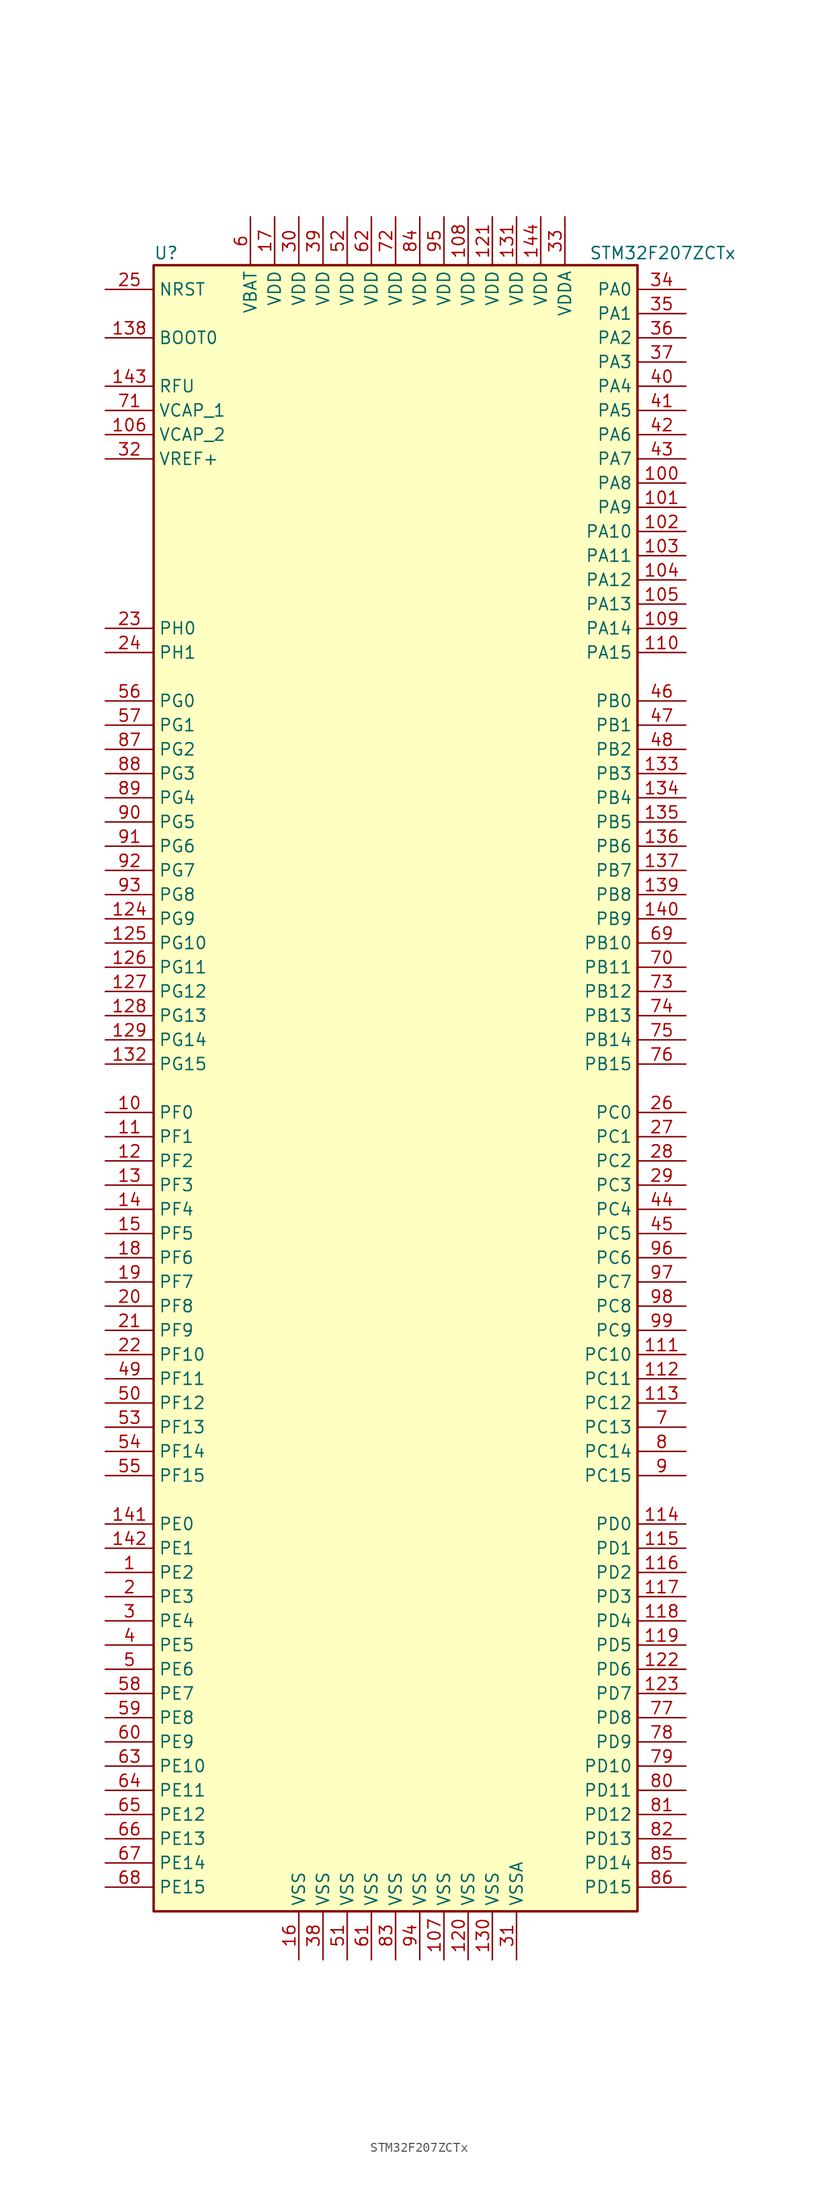
<source format=kicad_sym>
(kicad_symbol_lib
  (version 20201005)
  (generator kicad_symbol_editor)
  (symbol "MCU_ST_STM32F2:STM32F207ZCTx"
    (property "Reference" "U"
      (at -25.4 87.63 0)
      (effects (font (size 1.27 1.27)) (justify left)))
    (property "Value" "STM32F207ZCTx"
      (at 20.32 87.63 0)
      (effects (font (size 1.27 1.27)) (justify left)))
    (symbol "STM32F207ZCTx_0_1"
      (rectangle (start -25.4 -86.36) (end 25.4 86.36) (stroke (width 0.254)) (fill (type background))))
    (symbol "STM32F207ZCTx_1_1"
      (pin input line (at -30.48 78.74 0) (length 5.08) (name "BOOT0" (effects (font (size 1.27 1.27)))) (number "138" (effects (font (size 1.27 1.27)))))
      (pin input line (at -30.48 83.82 0) (length 5.08) (name "NRST" (effects (font (size 1.27 1.27)))) (number "25" (effects (font (size 1.27 1.27)))))
      (pin bidirectional line (at 30.48 83.82 180) (length 5.08) (name "PA0" (effects (font (size 1.27 1.27)))) (number "34" (effects (font (size 1.27 1.27)))))
      (pin bidirectional line (at 30.48 81.28 180) (length 5.08) (name "PA1" (effects (font (size 1.27 1.27)))) (number "35" (effects (font (size 1.27 1.27)))))
      (pin bidirectional line (at 30.48 58.42 180) (length 5.08) (name "PA10" (effects (font (size 1.27 1.27)))) (number "102" (effects (font (size 1.27 1.27)))))
      (pin bidirectional line (at 30.48 55.88 180) (length 5.08) (name "PA11" (effects (font (size 1.27 1.27)))) (number "103" (effects (font (size 1.27 1.27)))))
      (pin bidirectional line (at 30.48 53.34 180) (length 5.08) (name "PA12" (effects (font (size 1.27 1.27)))) (number "104" (effects (font (size 1.27 1.27)))))
      (pin bidirectional line (at 30.48 50.8 180) (length 5.08) (name "PA13" (effects (font (size 1.27 1.27)))) (number "105" (effects (font (size 1.27 1.27)))))
      (pin bidirectional line (at 30.48 48.26 180) (length 5.08) (name "PA14" (effects (font (size 1.27 1.27)))) (number "109" (effects (font (size 1.27 1.27)))))
      (pin bidirectional line (at 30.48 45.72 180) (length 5.08) (name "PA15" (effects (font (size 1.27 1.27)))) (number "110" (effects (font (size 1.27 1.27)))))
      (pin bidirectional line (at 30.48 78.74 180) (length 5.08) (name "PA2" (effects (font (size 1.27 1.27)))) (number "36" (effects (font (size 1.27 1.27)))))
      (pin bidirectional line (at 30.48 76.2 180) (length 5.08) (name "PA3" (effects (font (size 1.27 1.27)))) (number "37" (effects (font (size 1.27 1.27)))))
      (pin bidirectional line (at 30.48 73.66 180) (length 5.08) (name "PA4" (effects (font (size 1.27 1.27)))) (number "40" (effects (font (size 1.27 1.27)))))
      (pin bidirectional line (at 30.48 71.12 180) (length 5.08) (name "PA5" (effects (font (size 1.27 1.27)))) (number "41" (effects (font (size 1.27 1.27)))))
      (pin bidirectional line (at 30.48 68.58 180) (length 5.08) (name "PA6" (effects (font (size 1.27 1.27)))) (number "42" (effects (font (size 1.27 1.27)))))
      (pin bidirectional line (at 30.48 66.04 180) (length 5.08) (name "PA7" (effects (font (size 1.27 1.27)))) (number "43" (effects (font (size 1.27 1.27)))))
      (pin bidirectional line (at 30.48 63.5 180) (length 5.08) (name "PA8" (effects (font (size 1.27 1.27)))) (number "100" (effects (font (size 1.27 1.27)))))
      (pin bidirectional line (at 30.48 60.96 180) (length 5.08) (name "PA9" (effects (font (size 1.27 1.27)))) (number "101" (effects (font (size 1.27 1.27)))))
      (pin bidirectional line (at 30.48 40.64 180) (length 5.08) (name "PB0" (effects (font (size 1.27 1.27)))) (number "46" (effects (font (size 1.27 1.27)))))
      (pin bidirectional line (at 30.48 38.1 180) (length 5.08) (name "PB1" (effects (font (size 1.27 1.27)))) (number "47" (effects (font (size 1.27 1.27)))))
      (pin bidirectional line (at 30.48 15.24 180) (length 5.08) (name "PB10" (effects (font (size 1.27 1.27)))) (number "69" (effects (font (size 1.27 1.27)))))
      (pin bidirectional line (at 30.48 12.7 180) (length 5.08) (name "PB11" (effects (font (size 1.27 1.27)))) (number "70" (effects (font (size 1.27 1.27)))))
      (pin bidirectional line (at 30.48 10.16 180) (length 5.08) (name "PB12" (effects (font (size 1.27 1.27)))) (number "73" (effects (font (size 1.27 1.27)))))
      (pin bidirectional line (at 30.48 7.62 180) (length 5.08) (name "PB13" (effects (font (size 1.27 1.27)))) (number "74" (effects (font (size 1.27 1.27)))))
      (pin bidirectional line (at 30.48 5.08 180) (length 5.08) (name "PB14" (effects (font (size 1.27 1.27)))) (number "75" (effects (font (size 1.27 1.27)))))
      (pin bidirectional line (at 30.48 2.54 180) (length 5.08) (name "PB15" (effects (font (size 1.27 1.27)))) (number "76" (effects (font (size 1.27 1.27)))))
      (pin bidirectional line (at 30.48 35.56 180) (length 5.08) (name "PB2" (effects (font (size 1.27 1.27)))) (number "48" (effects (font (size 1.27 1.27)))))
      (pin bidirectional line (at 30.48 33.02 180) (length 5.08) (name "PB3" (effects (font (size 1.27 1.27)))) (number "133" (effects (font (size 1.27 1.27)))))
      (pin bidirectional line (at 30.48 30.48 180) (length 5.08) (name "PB4" (effects (font (size 1.27 1.27)))) (number "134" (effects (font (size 1.27 1.27)))))
      (pin bidirectional line (at 30.48 27.94 180) (length 5.08) (name "PB5" (effects (font (size 1.27 1.27)))) (number "135" (effects (font (size 1.27 1.27)))))
      (pin bidirectional line (at 30.48 25.4 180) (length 5.08) (name "PB6" (effects (font (size 1.27 1.27)))) (number "136" (effects (font (size 1.27 1.27)))))
      (pin bidirectional line (at 30.48 22.86 180) (length 5.08) (name "PB7" (effects (font (size 1.27 1.27)))) (number "137" (effects (font (size 1.27 1.27)))))
      (pin bidirectional line (at 30.48 20.32 180) (length 5.08) (name "PB8" (effects (font (size 1.27 1.27)))) (number "139" (effects (font (size 1.27 1.27)))))
      (pin bidirectional line (at 30.48 17.78 180) (length 5.08) (name "PB9" (effects (font (size 1.27 1.27)))) (number "140" (effects (font (size 1.27 1.27)))))
      (pin bidirectional line (at 30.48 -2.54 180) (length 5.08) (name "PC0" (effects (font (size 1.27 1.27)))) (number "26" (effects (font (size 1.27 1.27)))))
      (pin bidirectional line (at 30.48 -5.08 180) (length 5.08) (name "PC1" (effects (font (size 1.27 1.27)))) (number "27" (effects (font (size 1.27 1.27)))))
      (pin bidirectional line (at 30.48 -27.94 180) (length 5.08) (name "PC10" (effects (font (size 1.27 1.27)))) (number "111" (effects (font (size 1.27 1.27)))))
      (pin bidirectional line (at 30.48 -30.48 180) (length 5.08) (name "PC11" (effects (font (size 1.27 1.27)))) (number "112" (effects (font (size 1.27 1.27)))))
      (pin bidirectional line (at 30.48 -33.02 180) (length 5.08) (name "PC12" (effects (font (size 1.27 1.27)))) (number "113" (effects (font (size 1.27 1.27)))))
      (pin bidirectional line (at 30.48 -35.56 180) (length 5.08) (name "PC13" (effects (font (size 1.27 1.27)))) (number "7" (effects (font (size 1.27 1.27)))))
      (pin bidirectional line (at 30.48 -38.1 180) (length 5.08) (name "PC14" (effects (font (size 1.27 1.27)))) (number "8" (effects (font (size 1.27 1.27)))))
      (pin bidirectional line (at 30.48 -40.64 180) (length 5.08) (name "PC15" (effects (font (size 1.27 1.27)))) (number "9" (effects (font (size 1.27 1.27)))))
      (pin bidirectional line (at 30.48 -7.62 180) (length 5.08) (name "PC2" (effects (font (size 1.27 1.27)))) (number "28" (effects (font (size 1.27 1.27)))))
      (pin bidirectional line (at 30.48 -10.16 180) (length 5.08) (name "PC3" (effects (font (size 1.27 1.27)))) (number "29" (effects (font (size 1.27 1.27)))))
      (pin bidirectional line (at 30.48 -12.7 180) (length 5.08) (name "PC4" (effects (font (size 1.27 1.27)))) (number "44" (effects (font (size 1.27 1.27)))))
      (pin bidirectional line (at 30.48 -15.24 180) (length 5.08) (name "PC5" (effects (font (size 1.27 1.27)))) (number "45" (effects (font (size 1.27 1.27)))))
      (pin bidirectional line (at 30.48 -17.78 180) (length 5.08) (name "PC6" (effects (font (size 1.27 1.27)))) (number "96" (effects (font (size 1.27 1.27)))))
      (pin bidirectional line (at 30.48 -20.32 180) (length 5.08) (name "PC7" (effects (font (size 1.27 1.27)))) (number "97" (effects (font (size 1.27 1.27)))))
      (pin bidirectional line (at 30.48 -22.86 180) (length 5.08) (name "PC8" (effects (font (size 1.27 1.27)))) (number "98" (effects (font (size 1.27 1.27)))))
      (pin bidirectional line (at 30.48 -25.4 180) (length 5.08) (name "PC9" (effects (font (size 1.27 1.27)))) (number "99" (effects (font (size 1.27 1.27)))))
      (pin bidirectional line (at 30.48 -45.72 180) (length 5.08) (name "PD0" (effects (font (size 1.27 1.27)))) (number "114" (effects (font (size 1.27 1.27)))))
      (pin bidirectional line (at 30.48 -48.26 180) (length 5.08) (name "PD1" (effects (font (size 1.27 1.27)))) (number "115" (effects (font (size 1.27 1.27)))))
      (pin bidirectional line (at 30.48 -71.12 180) (length 5.08) (name "PD10" (effects (font (size 1.27 1.27)))) (number "79" (effects (font (size 1.27 1.27)))))
      (pin bidirectional line (at 30.48 -73.66 180) (length 5.08) (name "PD11" (effects (font (size 1.27 1.27)))) (number "80" (effects (font (size 1.27 1.27)))))
      (pin bidirectional line (at 30.48 -76.2 180) (length 5.08) (name "PD12" (effects (font (size 1.27 1.27)))) (number "81" (effects (font (size 1.27 1.27)))))
      (pin bidirectional line (at 30.48 -78.74 180) (length 5.08) (name "PD13" (effects (font (size 1.27 1.27)))) (number "82" (effects (font (size 1.27 1.27)))))
      (pin bidirectional line (at 30.48 -81.28 180) (length 5.08) (name "PD14" (effects (font (size 1.27 1.27)))) (number "85" (effects (font (size 1.27 1.27)))))
      (pin bidirectional line (at 30.48 -83.82 180) (length 5.08) (name "PD15" (effects (font (size 1.27 1.27)))) (number "86" (effects (font (size 1.27 1.27)))))
      (pin bidirectional line (at 30.48 -50.8 180) (length 5.08) (name "PD2" (effects (font (size 1.27 1.27)))) (number "116" (effects (font (size 1.27 1.27)))))
      (pin bidirectional line (at 30.48 -53.34 180) (length 5.08) (name "PD3" (effects (font (size 1.27 1.27)))) (number "117" (effects (font (size 1.27 1.27)))))
      (pin bidirectional line (at 30.48 -55.88 180) (length 5.08) (name "PD4" (effects (font (size 1.27 1.27)))) (number "118" (effects (font (size 1.27 1.27)))))
      (pin bidirectional line (at 30.48 -58.42 180) (length 5.08) (name "PD5" (effects (font (size 1.27 1.27)))) (number "119" (effects (font (size 1.27 1.27)))))
      (pin bidirectional line (at 30.48 -60.96 180) (length 5.08) (name "PD6" (effects (font (size 1.27 1.27)))) (number "122" (effects (font (size 1.27 1.27)))))
      (pin bidirectional line (at 30.48 -63.5 180) (length 5.08) (name "PD7" (effects (font (size 1.27 1.27)))) (number "123" (effects (font (size 1.27 1.27)))))
      (pin bidirectional line (at 30.48 -66.04 180) (length 5.08) (name "PD8" (effects (font (size 1.27 1.27)))) (number "77" (effects (font (size 1.27 1.27)))))
      (pin bidirectional line (at 30.48 -68.58 180) (length 5.08) (name "PD9" (effects (font (size 1.27 1.27)))) (number "78" (effects (font (size 1.27 1.27)))))
      (pin bidirectional line (at -30.48 -45.72 0) (length 5.08) (name "PE0" (effects (font (size 1.27 1.27)))) (number "141" (effects (font (size 1.27 1.27)))))
      (pin bidirectional line (at -30.48 -48.26 0) (length 5.08) (name "PE1" (effects (font (size 1.27 1.27)))) (number "142" (effects (font (size 1.27 1.27)))))
      (pin bidirectional line (at -30.48 -71.12 0) (length 5.08) (name "PE10" (effects (font (size 1.27 1.27)))) (number "63" (effects (font (size 1.27 1.27)))))
      (pin bidirectional line (at -30.48 -73.66 0) (length 5.08) (name "PE11" (effects (font (size 1.27 1.27)))) (number "64" (effects (font (size 1.27 1.27)))))
      (pin bidirectional line (at -30.48 -76.2 0) (length 5.08) (name "PE12" (effects (font (size 1.27 1.27)))) (number "65" (effects (font (size 1.27 1.27)))))
      (pin bidirectional line (at -30.48 -78.74 0) (length 5.08) (name "PE13" (effects (font (size 1.27 1.27)))) (number "66" (effects (font (size 1.27 1.27)))))
      (pin bidirectional line (at -30.48 -81.28 0) (length 5.08) (name "PE14" (effects (font (size 1.27 1.27)))) (number "67" (effects (font (size 1.27 1.27)))))
      (pin bidirectional line (at -30.48 -83.82 0) (length 5.08) (name "PE15" (effects (font (size 1.27 1.27)))) (number "68" (effects (font (size 1.27 1.27)))))
      (pin bidirectional line (at -30.48 -50.8 0) (length 5.08) (name "PE2" (effects (font (size 1.27 1.27)))) (number "1" (effects (font (size 1.27 1.27)))))
      (pin bidirectional line (at -30.48 -53.34 0) (length 5.08) (name "PE3" (effects (font (size 1.27 1.27)))) (number "2" (effects (font (size 1.27 1.27)))))
      (pin bidirectional line (at -30.48 -55.88 0) (length 5.08) (name "PE4" (effects (font (size 1.27 1.27)))) (number "3" (effects (font (size 1.27 1.27)))))
      (pin bidirectional line (at -30.48 -58.42 0) (length 5.08) (name "PE5" (effects (font (size 1.27 1.27)))) (number "4" (effects (font (size 1.27 1.27)))))
      (pin bidirectional line (at -30.48 -60.96 0) (length 5.08) (name "PE6" (effects (font (size 1.27 1.27)))) (number "5" (effects (font (size 1.27 1.27)))))
      (pin bidirectional line (at -30.48 -63.5 0) (length 5.08) (name "PE7" (effects (font (size 1.27 1.27)))) (number "58" (effects (font (size 1.27 1.27)))))
      (pin bidirectional line (at -30.48 -66.04 0) (length 5.08) (name "PE8" (effects (font (size 1.27 1.27)))) (number "59" (effects (font (size 1.27 1.27)))))
      (pin bidirectional line (at -30.48 -68.58 0) (length 5.08) (name "PE9" (effects (font (size 1.27 1.27)))) (number "60" (effects (font (size 1.27 1.27)))))
      (pin bidirectional line (at -30.48 -2.54 0) (length 5.08) (name "PF0" (effects (font (size 1.27 1.27)))) (number "10" (effects (font (size 1.27 1.27)))))
      (pin bidirectional line (at -30.48 -5.08 0) (length 5.08) (name "PF1" (effects (font (size 1.27 1.27)))) (number "11" (effects (font (size 1.27 1.27)))))
      (pin bidirectional line (at -30.48 -27.94 0) (length 5.08) (name "PF10" (effects (font (size 1.27 1.27)))) (number "22" (effects (font (size 1.27 1.27)))))
      (pin bidirectional line (at -30.48 -30.48 0) (length 5.08) (name "PF11" (effects (font (size 1.27 1.27)))) (number "49" (effects (font (size 1.27 1.27)))))
      (pin bidirectional line (at -30.48 -33.02 0) (length 5.08) (name "PF12" (effects (font (size 1.27 1.27)))) (number "50" (effects (font (size 1.27 1.27)))))
      (pin bidirectional line (at -30.48 -35.56 0) (length 5.08) (name "PF13" (effects (font (size 1.27 1.27)))) (number "53" (effects (font (size 1.27 1.27)))))
      (pin bidirectional line (at -30.48 -38.1 0) (length 5.08) (name "PF14" (effects (font (size 1.27 1.27)))) (number "54" (effects (font (size 1.27 1.27)))))
      (pin bidirectional line (at -30.48 -40.64 0) (length 5.08) (name "PF15" (effects (font (size 1.27 1.27)))) (number "55" (effects (font (size 1.27 1.27)))))
      (pin bidirectional line (at -30.48 -7.62 0) (length 5.08) (name "PF2" (effects (font (size 1.27 1.27)))) (number "12" (effects (font (size 1.27 1.27)))))
      (pin bidirectional line (at -30.48 -10.16 0) (length 5.08) (name "PF3" (effects (font (size 1.27 1.27)))) (number "13" (effects (font (size 1.27 1.27)))))
      (pin bidirectional line (at -30.48 -12.7 0) (length 5.08) (name "PF4" (effects (font (size 1.27 1.27)))) (number "14" (effects (font (size 1.27 1.27)))))
      (pin bidirectional line (at -30.48 -15.24 0) (length 5.08) (name "PF5" (effects (font (size 1.27 1.27)))) (number "15" (effects (font (size 1.27 1.27)))))
      (pin bidirectional line (at -30.48 -17.78 0) (length 5.08) (name "PF6" (effects (font (size 1.27 1.27)))) (number "18" (effects (font (size 1.27 1.27)))))
      (pin bidirectional line (at -30.48 -20.32 0) (length 5.08) (name "PF7" (effects (font (size 1.27 1.27)))) (number "19" (effects (font (size 1.27 1.27)))))
      (pin bidirectional line (at -30.48 -22.86 0) (length 5.08) (name "PF8" (effects (font (size 1.27 1.27)))) (number "20" (effects (font (size 1.27 1.27)))))
      (pin bidirectional line (at -30.48 -25.4 0) (length 5.08) (name "PF9" (effects (font (size 1.27 1.27)))) (number "21" (effects (font (size 1.27 1.27)))))
      (pin bidirectional line (at -30.48 40.64 0) (length 5.08) (name "PG0" (effects (font (size 1.27 1.27)))) (number "56" (effects (font (size 1.27 1.27)))))
      (pin bidirectional line (at -30.48 38.1 0) (length 5.08) (name "PG1" (effects (font (size 1.27 1.27)))) (number "57" (effects (font (size 1.27 1.27)))))
      (pin bidirectional line (at -30.48 15.24 0) (length 5.08) (name "PG10" (effects (font (size 1.27 1.27)))) (number "125" (effects (font (size 1.27 1.27)))))
      (pin bidirectional line (at -30.48 12.7 0) (length 5.08) (name "PG11" (effects (font (size 1.27 1.27)))) (number "126" (effects (font (size 1.27 1.27)))))
      (pin bidirectional line (at -30.48 10.16 0) (length 5.08) (name "PG12" (effects (font (size 1.27 1.27)))) (number "127" (effects (font (size 1.27 1.27)))))
      (pin bidirectional line (at -30.48 7.62 0) (length 5.08) (name "PG13" (effects (font (size 1.27 1.27)))) (number "128" (effects (font (size 1.27 1.27)))))
      (pin bidirectional line (at -30.48 5.08 0) (length 5.08) (name "PG14" (effects (font (size 1.27 1.27)))) (number "129" (effects (font (size 1.27 1.27)))))
      (pin bidirectional line (at -30.48 2.54 0) (length 5.08) (name "PG15" (effects (font (size 1.27 1.27)))) (number "132" (effects (font (size 1.27 1.27)))))
      (pin bidirectional line (at -30.48 35.56 0) (length 5.08) (name "PG2" (effects (font (size 1.27 1.27)))) (number "87" (effects (font (size 1.27 1.27)))))
      (pin bidirectional line (at -30.48 33.02 0) (length 5.08) (name "PG3" (effects (font (size 1.27 1.27)))) (number "88" (effects (font (size 1.27 1.27)))))
      (pin bidirectional line (at -30.48 30.48 0) (length 5.08) (name "PG4" (effects (font (size 1.27 1.27)))) (number "89" (effects (font (size 1.27 1.27)))))
      (pin bidirectional line (at -30.48 27.94 0) (length 5.08) (name "PG5" (effects (font (size 1.27 1.27)))) (number "90" (effects (font (size 1.27 1.27)))))
      (pin bidirectional line (at -30.48 25.4 0) (length 5.08) (name "PG6" (effects (font (size 1.27 1.27)))) (number "91" (effects (font (size 1.27 1.27)))))
      (pin bidirectional line (at -30.48 22.86 0) (length 5.08) (name "PG7" (effects (font (size 1.27 1.27)))) (number "92" (effects (font (size 1.27 1.27)))))
      (pin bidirectional line (at -30.48 20.32 0) (length 5.08) (name "PG8" (effects (font (size 1.27 1.27)))) (number "93" (effects (font (size 1.27 1.27)))))
      (pin bidirectional line (at -30.48 17.78 0) (length 5.08) (name "PG9" (effects (font (size 1.27 1.27)))) (number "124" (effects (font (size 1.27 1.27)))))
      (pin input line (at -30.48 48.26 0) (length 5.08) (name "PH0" (effects (font (size 1.27 1.27)))) (number "23" (effects (font (size 1.27 1.27)))))
      (pin input line (at -30.48 45.72 0) (length 5.08) (name "PH1" (effects (font (size 1.27 1.27)))) (number "24" (effects (font (size 1.27 1.27)))))
      (pin power_in line (at -30.48 73.66 0) (length 5.08) (name "RFU" (effects (font (size 1.27 1.27)))) (number "143" (effects (font (size 1.27 1.27)))))
      (pin power_in line (at -15.24 91.44 270) (length 5.08) (name "VBAT" (effects (font (size 1.27 1.27)))) (number "6" (effects (font (size 1.27 1.27)))))
      (pin power_in line (at -30.48 71.12 0) (length 5.08) (name "VCAP_1" (effects (font (size 1.27 1.27)))) (number "71" (effects (font (size 1.27 1.27)))))
      (pin power_in line (at -30.48 68.58 0) (length 5.08) (name "VCAP_2" (effects (font (size 1.27 1.27)))) (number "106" (effects (font (size 1.27 1.27)))))
      (pin power_in line (at 7.62 91.44 270) (length 5.08) (name "VDD" (effects (font (size 1.27 1.27)))) (number "108" (effects (font (size 1.27 1.27)))))
      (pin power_in line (at 10.16 91.44 270) (length 5.08) (name "VDD" (effects (font (size 1.27 1.27)))) (number "121" (effects (font (size 1.27 1.27)))))
      (pin power_in line (at 12.7 91.44 270) (length 5.08) (name "VDD" (effects (font (size 1.27 1.27)))) (number "131" (effects (font (size 1.27 1.27)))))
      (pin power_in line (at 15.24 91.44 270) (length 5.08) (name "VDD" (effects (font (size 1.27 1.27)))) (number "144" (effects (font (size 1.27 1.27)))))
      (pin power_in line (at -12.7 91.44 270) (length 5.08) (name "VDD" (effects (font (size 1.27 1.27)))) (number "17" (effects (font (size 1.27 1.27)))))
      (pin power_in line (at -10.16 91.44 270) (length 5.08) (name "VDD" (effects (font (size 1.27 1.27)))) (number "30" (effects (font (size 1.27 1.27)))))
      (pin power_in line (at -7.62 91.44 270) (length 5.08) (name "VDD" (effects (font (size 1.27 1.27)))) (number "39" (effects (font (size 1.27 1.27)))))
      (pin power_in line (at -5.08 91.44 270) (length 5.08) (name "VDD" (effects (font (size 1.27 1.27)))) (number "52" (effects (font (size 1.27 1.27)))))
      (pin power_in line (at -2.54 91.44 270) (length 5.08) (name "VDD" (effects (font (size 1.27 1.27)))) (number "62" (effects (font (size 1.27 1.27)))))
      (pin power_in line (at 0 91.44 270) (length 5.08) (name "VDD" (effects (font (size 1.27 1.27)))) (number "72" (effects (font (size 1.27 1.27)))))
      (pin power_in line (at 2.54 91.44 270) (length 5.08) (name "VDD" (effects (font (size 1.27 1.27)))) (number "84" (effects (font (size 1.27 1.27)))))
      (pin power_in line (at 5.08 91.44 270) (length 5.08) (name "VDD" (effects (font (size 1.27 1.27)))) (number "95" (effects (font (size 1.27 1.27)))))
      (pin power_in line (at 17.78 91.44 270) (length 5.08) (name "VDDA" (effects (font (size 1.27 1.27)))) (number "33" (effects (font (size 1.27 1.27)))))
      (pin power_in line (at -30.48 66.04 0) (length 5.08) (name "VREF+" (effects (font (size 1.27 1.27)))) (number "32" (effects (font (size 1.27 1.27)))))
      (pin power_in line (at 5.08 -91.44 90) (length 5.08) (name "VSS" (effects (font (size 1.27 1.27)))) (number "107" (effects (font (size 1.27 1.27)))))
      (pin power_in line (at 7.62 -91.44 90) (length 5.08) (name "VSS" (effects (font (size 1.27 1.27)))) (number "120" (effects (font (size 1.27 1.27)))))
      (pin power_in line (at 10.16 -91.44 90) (length 5.08) (name "VSS" (effects (font (size 1.27 1.27)))) (number "130" (effects (font (size 1.27 1.27)))))
      (pin power_in line (at -10.16 -91.44 90) (length 5.08) (name "VSS" (effects (font (size 1.27 1.27)))) (number "16" (effects (font (size 1.27 1.27)))))
      (pin power_in line (at -7.62 -91.44 90) (length 5.08) (name "VSS" (effects (font (size 1.27 1.27)))) (number "38" (effects (font (size 1.27 1.27)))))
      (pin power_in line (at -5.08 -91.44 90) (length 5.08) (name "VSS" (effects (font (size 1.27 1.27)))) (number "51" (effects (font (size 1.27 1.27)))))
      (pin power_in line (at -2.54 -91.44 90) (length 5.08) (name "VSS" (effects (font (size 1.27 1.27)))) (number "61" (effects (font (size 1.27 1.27)))))
      (pin power_in line (at 0 -91.44 90) (length 5.08) (name "VSS" (effects (font (size 1.27 1.27)))) (number "83" (effects (font (size 1.27 1.27)))))
      (pin power_in line (at 2.54 -91.44 90) (length 5.08) (name "VSS" (effects (font (size 1.27 1.27)))) (number "94" (effects (font (size 1.27 1.27)))))
      (pin power_in line (at 12.7 -91.44 90) (length 5.08) (name "VSSA" (effects (font (size 1.27 1.27)))) (number "31" (effects (font (size 1.27 1.27))))))))
</source>
